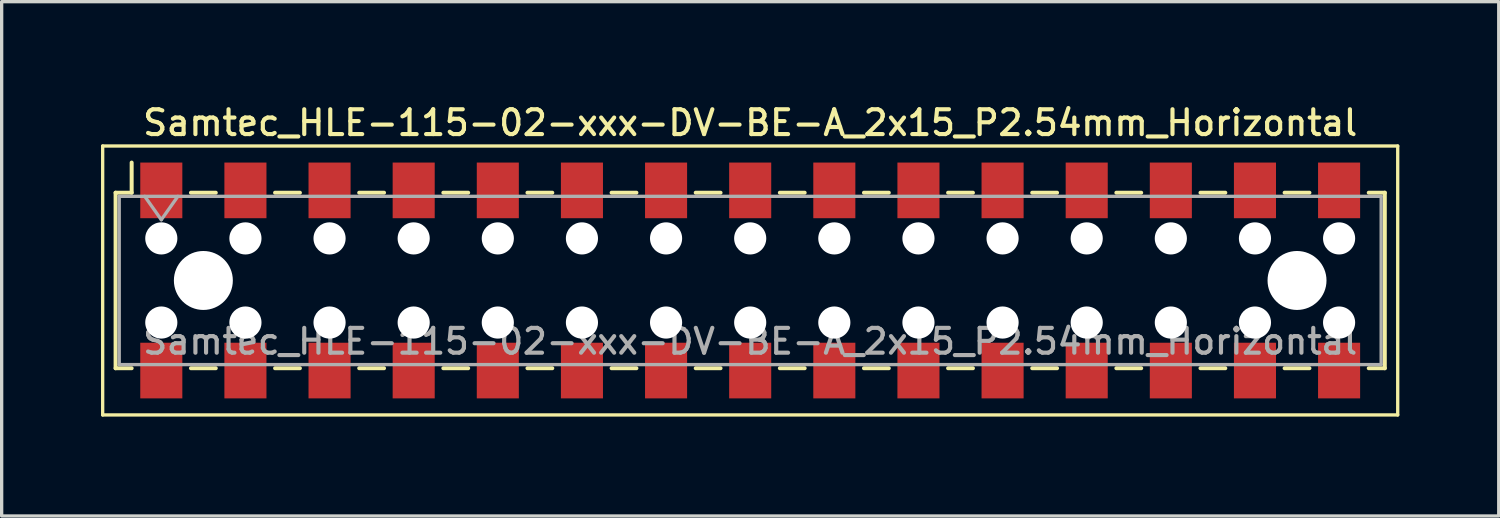
<source format=kicad_pcb>
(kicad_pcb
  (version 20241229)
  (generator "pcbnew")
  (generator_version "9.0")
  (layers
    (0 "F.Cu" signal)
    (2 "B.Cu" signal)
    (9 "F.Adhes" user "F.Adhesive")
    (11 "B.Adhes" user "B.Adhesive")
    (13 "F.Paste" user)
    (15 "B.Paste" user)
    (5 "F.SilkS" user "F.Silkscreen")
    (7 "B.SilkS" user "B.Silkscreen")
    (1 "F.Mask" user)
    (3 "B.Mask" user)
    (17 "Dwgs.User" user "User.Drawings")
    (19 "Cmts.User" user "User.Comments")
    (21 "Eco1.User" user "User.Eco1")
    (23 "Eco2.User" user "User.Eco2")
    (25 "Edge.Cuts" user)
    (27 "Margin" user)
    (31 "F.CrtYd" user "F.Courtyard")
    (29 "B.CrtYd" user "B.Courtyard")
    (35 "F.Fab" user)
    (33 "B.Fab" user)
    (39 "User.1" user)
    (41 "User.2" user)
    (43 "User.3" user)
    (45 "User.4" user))
  (footprint "Samtec_HLE-115-02-xxx-DV-BE-A_2x15_P2.54mm_Horizontal"
    (layer "F.Cu")
    (at 19.6 5.418)
    (property "Reference" "Samtec_HLE-115-02-xxx-DV-BE-A_2x15_P2.54mm_Horizontal" (at 0 -4.76 0) (layer "F.SilkS") (effects (font (size 0.75 0.75) (thickness 0.125))))
    (attr smd)
    (fp_line (start -19.55 -4.06) (end 19.55 -4.06) (stroke (width 0.1) (type solid)) (layer "F.SilkS"))
    (fp_line (start -19.55 4.06) (end -19.55 -4.06) (stroke (width 0.1) (type solid)) (layer "F.SilkS"))
    (fp_line (start -19.16 -2.65) (end -19.16 2.65) (stroke (width 0.12) (type solid)) (layer "F.SilkS"))
    (fp_line (start -19.16 2.65) (end -18.675 2.65) (stroke (width 0.12) (type solid)) (layer "F.SilkS"))
    (fp_line (start -18.675 -3.56) (end -18.675 -2.65) (stroke (width 0.12) (type solid)) (layer "F.SilkS"))
    (fp_line (start -18.675 -2.65) (end -19.16 -2.65) (stroke (width 0.12) (type solid)) (layer "F.SilkS"))
    (fp_line (start -16.885 -2.65) (end -16.135 -2.65) (stroke (width 0.12) (type solid)) (layer "F.SilkS"))
    (fp_line (start -16.885 2.65) (end -16.135 2.65) (stroke (width 0.12) (type solid)) (layer "F.SilkS"))
    (fp_line (start -14.345 -2.65) (end -13.595 -2.65) (stroke (width 0.12) (type solid)) (layer "F.SilkS"))
    (fp_line (start -14.345 2.65) (end -13.595 2.65) (stroke (width 0.12) (type solid)) (layer "F.SilkS"))
    (fp_line (start -11.805 -2.65) (end -11.055 -2.65) (stroke (width 0.12) (type solid)) (layer "F.SilkS"))
    (fp_line (start -11.805 2.65) (end -11.055 2.65) (stroke (width 0.12) (type solid)) (layer "F.SilkS"))
    (fp_line (start -9.265 -2.65) (end -8.515 -2.65) (stroke (width 0.12) (type solid)) (layer "F.SilkS"))
    (fp_line (start -9.265 2.65) (end -8.515 2.65) (stroke (width 0.12) (type solid)) (layer "F.SilkS"))
    (fp_line (start -6.725 -2.65) (end -5.975 -2.65) (stroke (width 0.12) (type solid)) (layer "F.SilkS"))
    (fp_line (start -6.725 2.65) (end -5.975 2.65) (stroke (width 0.12) (type solid)) (layer "F.SilkS"))
    (fp_line (start -4.185 -2.65) (end -3.435 -2.65) (stroke (width 0.12) (type solid)) (layer "F.SilkS"))
    (fp_line (start -4.185 2.65) (end -3.435 2.65) (stroke (width 0.12) (type solid)) (layer "F.SilkS"))
    (fp_line (start -1.645 -2.65) (end -0.895 -2.65) (stroke (width 0.12) (type solid)) (layer "F.SilkS"))
    (fp_line (start -1.645 2.65) (end -0.895 2.65) (stroke (width 0.12) (type solid)) (layer "F.SilkS"))
    (fp_line (start 0.895 -2.65) (end 1.645 -2.65) (stroke (width 0.12) (type solid)) (layer "F.SilkS"))
    (fp_line (start 0.895 2.65) (end 1.645 2.65) (stroke (width 0.12) (type solid)) (layer "F.SilkS"))
    (fp_line (start 3.435 -2.65) (end 4.185 -2.65) (stroke (width 0.12) (type solid)) (layer "F.SilkS"))
    (fp_line (start 3.435 2.65) (end 4.185 2.65) (stroke (width 0.12) (type solid)) (layer "F.SilkS"))
    (fp_line (start 5.975 -2.65) (end 6.725 -2.65) (stroke (width 0.12) (type solid)) (layer "F.SilkS"))
    (fp_line (start 5.975 2.65) (end 6.725 2.65) (stroke (width 0.12) (type solid)) (layer "F.SilkS"))
    (fp_line (start 8.515 -2.65) (end 9.265 -2.65) (stroke (width 0.12) (type solid)) (layer "F.SilkS"))
    (fp_line (start 8.515 2.65) (end 9.265 2.65) (stroke (width 0.12) (type solid)) (layer "F.SilkS"))
    (fp_line (start 11.055 -2.65) (end 11.805 -2.65) (stroke (width 0.12) (type solid)) (layer "F.SilkS"))
    (fp_line (start 11.055 2.65) (end 11.805 2.65) (stroke (width 0.12) (type solid)) (layer "F.SilkS"))
    (fp_line (start 13.595 -2.65) (end 14.345 -2.65) (stroke (width 0.12) (type solid)) (layer "F.SilkS"))
    (fp_line (start 13.595 2.65) (end 14.345 2.65) (stroke (width 0.12) (type solid)) (layer "F.SilkS"))
    (fp_line (start 16.135 -2.65) (end 16.885 -2.65) (stroke (width 0.12) (type solid)) (layer "F.SilkS"))
    (fp_line (start 16.135 2.65) (end 16.885 2.65) (stroke (width 0.12) (type solid)) (layer "F.SilkS"))
    (fp_line (start 18.675 -2.65) (end 19.16 -2.65) (stroke (width 0.12) (type solid)) (layer "F.SilkS"))
    (fp_line (start 19.16 -2.65) (end 19.16 2.65) (stroke (width 0.12) (type solid)) (layer "F.SilkS"))
    (fp_line (start 19.16 2.65) (end 18.675 2.65) (stroke (width 0.12) (type solid)) (layer "F.SilkS"))
    (fp_line (start 19.55 -4.06) (end 19.55 4.06) (stroke (width 0.1) (type solid)) (layer "F.SilkS"))
    (fp_line (start 19.55 4.06) (end -19.55 4.06) (stroke (width 0.1) (type solid)) (layer "F.SilkS"))
    (fp_line (start -19.05 -2.54) (end 19.05 -2.54) (stroke (width 0.1) (type solid)) (layer "F.Fab"))
    (fp_line (start -19.05 2.54) (end -19.05 -2.54) (stroke (width 0.1) (type solid)) (layer "F.Fab"))
    (fp_line (start -18.28 -2.54) (end -17.78 -1.833) (stroke (width 0.1) (type solid)) (layer "F.Fab"))
    (fp_line (start -17.78 -1.833) (end -17.28 -2.54) (stroke (width 0.1) (type solid)) (layer "F.Fab"))
    (fp_line (start 19.05 -2.54) (end 19.05 2.54) (stroke (width 0.1) (type solid)) (layer "F.Fab"))
    (fp_line (start 19.05 2.54) (end -19.05 2.54) (stroke (width 0.1) (type solid)) (layer "F.Fab"))
    (fp_text user "${REFERENCE}" (at 0 1.84 0) (layer "F.Fab") (effects (font (size 0.75 0.75) (thickness 0.125))))
    (pad "" np_thru_hole circle (at -17.78 -1.27) (size 0.97 0.97) (drill 0.97) (layers "*.Cu" "*.Mask"))
    (pad "" np_thru_hole circle (at -17.78 1.27) (size 0.97 0.97) (drill 0.97) (layers "*.Cu" "*.Mask"))
    (pad "" np_thru_hole circle (at -16.51 0) (size 1.78 1.78) (drill 1.78) (layers "*.Cu" "*.Mask"))
    (pad "" np_thru_hole circle (at -15.24 -1.27) (size 0.97 0.97) (drill 0.97) (layers "*.Cu" "*.Mask"))
    (pad "" np_thru_hole circle (at -15.24 1.27) (size 0.97 0.97) (drill 0.97) (layers "*.Cu" "*.Mask"))
    (pad "" np_thru_hole circle (at -12.7 -1.27) (size 0.97 0.97) (drill 0.97) (layers "*.Cu" "*.Mask"))
    (pad "" np_thru_hole circle (at -12.7 1.27) (size 0.97 0.97) (drill 0.97) (layers "*.Cu" "*.Mask"))
    (pad "" np_thru_hole circle (at -10.16 -1.27) (size 0.97 0.97) (drill 0.97) (layers "*.Cu" "*.Mask"))
    (pad "" np_thru_hole circle (at -10.16 1.27) (size 0.97 0.97) (drill 0.97) (layers "*.Cu" "*.Mask"))
    (pad "" np_thru_hole circle (at -7.62 -1.27) (size 0.97 0.97) (drill 0.97) (layers "*.Cu" "*.Mask"))
    (pad "" np_thru_hole circle (at -7.62 1.27) (size 0.97 0.97) (drill 0.97) (layers "*.Cu" "*.Mask"))
    (pad "" np_thru_hole circle (at -5.08 -1.27) (size 0.97 0.97) (drill 0.97) (layers "*.Cu" "*.Mask"))
    (pad "" np_thru_hole circle (at -5.08 1.27) (size 0.97 0.97) (drill 0.97) (layers "*.Cu" "*.Mask"))
    (pad "" np_thru_hole circle (at -2.54 -1.27) (size 0.97 0.97) (drill 0.97) (layers "*.Cu" "*.Mask"))
    (pad "" np_thru_hole circle (at -2.54 1.27) (size 0.97 0.97) (drill 0.97) (layers "*.Cu" "*.Mask"))
    (pad "" np_thru_hole circle (at 0 -1.27) (size 0.97 0.97) (drill 0.97) (layers "*.Cu" "*.Mask"))
    (pad "" np_thru_hole circle (at 0 1.27) (size 0.97 0.97) (drill 0.97) (layers "*.Cu" "*.Mask"))
    (pad "" np_thru_hole circle (at 2.54 -1.27) (size 0.97 0.97) (drill 0.97) (layers "*.Cu" "*.Mask"))
    (pad "" np_thru_hole circle (at 2.54 1.27) (size 0.97 0.97) (drill 0.97) (layers "*.Cu" "*.Mask"))
    (pad "" np_thru_hole circle (at 5.08 -1.27) (size 0.97 0.97) (drill 0.97) (layers "*.Cu" "*.Mask"))
    (pad "" np_thru_hole circle (at 5.08 1.27) (size 0.97 0.97) (drill 0.97) (layers "*.Cu" "*.Mask"))
    (pad "" np_thru_hole circle (at 7.62 -1.27) (size 0.97 0.97) (drill 0.97) (layers "*.Cu" "*.Mask"))
    (pad "" np_thru_hole circle (at 7.62 1.27) (size 0.97 0.97) (drill 0.97) (layers "*.Cu" "*.Mask"))
    (pad "" np_thru_hole circle (at 10.16 -1.27) (size 0.97 0.97) (drill 0.97) (layers "*.Cu" "*.Mask"))
    (pad "" np_thru_hole circle (at 10.16 1.27) (size 0.97 0.97) (drill 0.97) (layers "*.Cu" "*.Mask"))
    (pad "" np_thru_hole circle (at 12.7 -1.27) (size 0.97 0.97) (drill 0.97) (layers "*.Cu" "*.Mask"))
    (pad "" np_thru_hole circle (at 12.7 1.27) (size 0.97 0.97) (drill 0.97) (layers "*.Cu" "*.Mask"))
    (pad "" np_thru_hole circle (at 15.24 -1.27) (size 0.97 0.97) (drill 0.97) (layers "*.Cu" "*.Mask"))
    (pad "" np_thru_hole circle (at 15.24 1.27) (size 0.97 0.97) (drill 0.97) (layers "*.Cu" "*.Mask"))
    (pad "" np_thru_hole circle (at 16.51 0) (size 1.78 1.78) (drill 1.78) (layers "*.Cu" "*.Mask"))
    (pad "" np_thru_hole circle (at 17.78 -1.27) (size 0.97 0.97) (drill 0.97) (layers "*.Cu" "*.Mask"))
    (pad "" np_thru_hole circle (at 17.78 1.27) (size 0.97 0.97) (drill 0.97) (layers "*.Cu" "*.Mask"))
    (pad "1" smd rect (at -17.78 -2.72) (size 1.27 1.68) (layers "F.Cu" "F.Mask" "F.Paste"))
    (pad "2" smd rect (at -17.78 2.72) (size 1.27 1.68) (layers "F.Cu" "F.Mask" "F.Paste"))
    (pad "3" smd rect (at -15.24 -2.72) (size 1.27 1.68) (layers "F.Cu" "F.Mask" "F.Paste"))
    (pad "4" smd rect (at -15.24 2.72) (size 1.27 1.68) (layers "F.Cu" "F.Mask" "F.Paste"))
    (pad "5" smd rect (at -12.7 -2.72) (size 1.27 1.68) (layers "F.Cu" "F.Mask" "F.Paste"))
    (pad "6" smd rect (at -12.7 2.72) (size 1.27 1.68) (layers "F.Cu" "F.Mask" "F.Paste"))
    (pad "7" smd rect (at -10.16 -2.72) (size 1.27 1.68) (layers "F.Cu" "F.Mask" "F.Paste"))
    (pad "8" smd rect (at -10.16 2.72) (size 1.27 1.68) (layers "F.Cu" "F.Mask" "F.Paste"))
    (pad "9" smd rect (at -7.62 -2.72) (size 1.27 1.68) (layers "F.Cu" "F.Mask" "F.Paste"))
    (pad "10" smd rect (at -7.62 2.72) (size 1.27 1.68) (layers "F.Cu" "F.Mask" "F.Paste"))
    (pad "11" smd rect (at -5.08 -2.72) (size 1.27 1.68) (layers "F.Cu" "F.Mask" "F.Paste"))
    (pad "12" smd rect (at -5.08 2.72) (size 1.27 1.68) (layers "F.Cu" "F.Mask" "F.Paste"))
    (pad "13" smd rect (at -2.54 -2.72) (size 1.27 1.68) (layers "F.Cu" "F.Mask" "F.Paste"))
    (pad "14" smd rect (at -2.54 2.72) (size 1.27 1.68) (layers "F.Cu" "F.Mask" "F.Paste"))
    (pad "15" smd rect (at 0 -2.72) (size 1.27 1.68) (layers "F.Cu" "F.Mask" "F.Paste"))
    (pad "16" smd rect (at 0 2.72) (size 1.27 1.68) (layers "F.Cu" "F.Mask" "F.Paste"))
    (pad "17" smd rect (at 2.54 -2.72) (size 1.27 1.68) (layers "F.Cu" "F.Mask" "F.Paste"))
    (pad "18" smd rect (at 2.54 2.72) (size 1.27 1.68) (layers "F.Cu" "F.Mask" "F.Paste"))
    (pad "19" smd rect (at 5.08 -2.72) (size 1.27 1.68) (layers "F.Cu" "F.Mask" "F.Paste"))
    (pad "20" smd rect (at 5.08 2.72) (size 1.27 1.68) (layers "F.Cu" "F.Mask" "F.Paste"))
    (pad "21" smd rect (at 7.62 -2.72) (size 1.27 1.68) (layers "F.Cu" "F.Mask" "F.Paste"))
    (pad "22" smd rect (at 7.62 2.72) (size 1.27 1.68) (layers "F.Cu" "F.Mask" "F.Paste"))
    (pad "23" smd rect (at 10.16 -2.72) (size 1.27 1.68) (layers "F.Cu" "F.Mask" "F.Paste"))
    (pad "24" smd rect (at 10.16 2.72) (size 1.27 1.68) (layers "F.Cu" "F.Mask" "F.Paste"))
    (pad "25" smd rect (at 12.7 -2.72) (size 1.27 1.68) (layers "F.Cu" "F.Mask" "F.Paste"))
    (pad "26" smd rect (at 12.7 2.72) (size 1.27 1.68) (layers "F.Cu" "F.Mask" "F.Paste"))
    (pad "27" smd rect (at 15.24 -2.72) (size 1.27 1.68) (layers "F.Cu" "F.Mask" "F.Paste"))
    (pad "28" smd rect (at 15.24 2.72) (size 1.27 1.68) (layers "F.Cu" "F.Mask" "F.Paste"))
    (pad "29" smd rect (at 17.78 -2.72) (size 1.27 1.68) (layers "F.Cu" "F.Mask" "F.Paste"))
    (pad "30" smd rect (at 17.78 2.72) (size 1.27 1.68) (layers "F.Cu" "F.Mask" "F.Paste")))
  (gr_rect
    (start -3 -3)
    (end 42.2 12.528)
    (stroke (width 0.1) (type default))
    (fill no)
    (layer "Edge.Cuts")))
</source>
